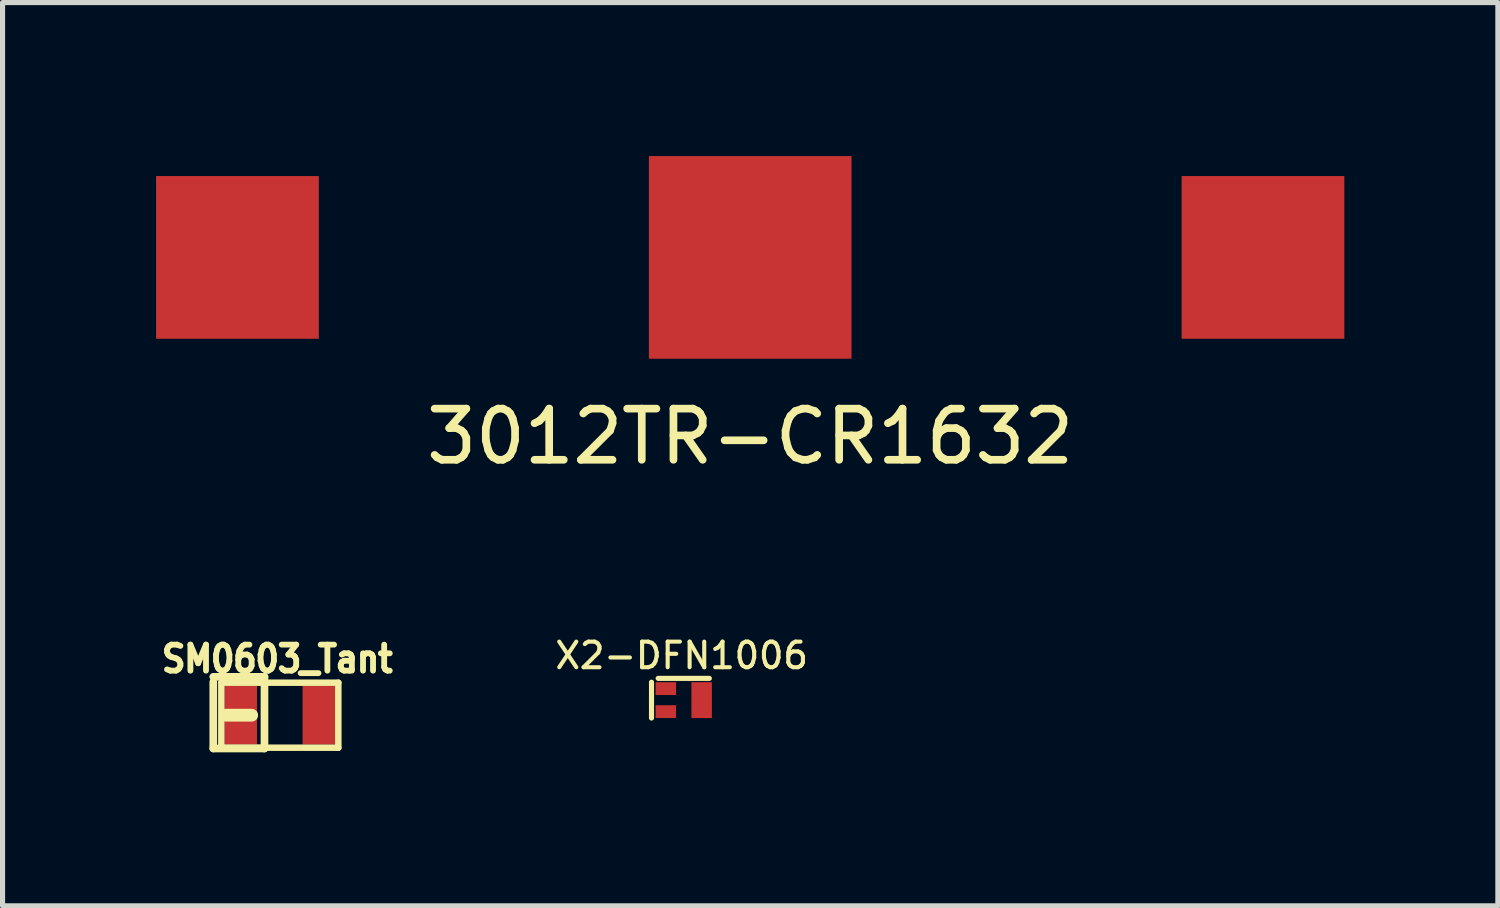
<source format=kicad_pcb>
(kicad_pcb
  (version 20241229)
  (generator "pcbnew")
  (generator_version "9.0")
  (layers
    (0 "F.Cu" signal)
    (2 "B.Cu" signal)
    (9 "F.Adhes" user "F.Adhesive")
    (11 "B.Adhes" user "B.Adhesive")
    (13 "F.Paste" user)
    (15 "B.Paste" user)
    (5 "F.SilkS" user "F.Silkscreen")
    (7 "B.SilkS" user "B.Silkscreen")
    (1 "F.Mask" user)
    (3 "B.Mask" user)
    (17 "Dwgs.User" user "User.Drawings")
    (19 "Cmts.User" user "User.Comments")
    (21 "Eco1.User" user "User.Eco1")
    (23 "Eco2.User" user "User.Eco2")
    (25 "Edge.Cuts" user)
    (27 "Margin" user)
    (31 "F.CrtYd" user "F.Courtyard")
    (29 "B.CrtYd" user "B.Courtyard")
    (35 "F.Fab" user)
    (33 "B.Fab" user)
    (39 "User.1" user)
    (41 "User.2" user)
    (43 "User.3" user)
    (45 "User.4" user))
  (footprint "SM0603_Tant"
    (layer "F.Cu")
    (at 2.418 10.926)
    (property "Reference" "SM0603_Tant" (at -0.05 -1.1 0) (layer "F.SilkS") (effects (font (size 0.508 0.457) (thickness 0.114))))
    (attr smd)
    (fp_line (start -1.3 -0.65) (end -1.3 0.65) (stroke (width 0.15) (type solid)) (layer "F.SilkS"))
    (fp_line (start -1.3 0.65) (end -0.3 0.65) (stroke (width 0.15) (type solid)) (layer "F.SilkS"))
    (fp_line (start -1.143 -0.635) (end 1.143 -0.635) (stroke (width 0.127) (type solid)) (layer "F.SilkS"))
    (fp_line (start -1.143 0.635) (end -1.143 -0.635) (stroke (width 0.127) (type solid)) (layer "F.SilkS"))
    (fp_line (start -1.05 0) (end -0.55 0) (stroke (width 0.25) (type solid)) (layer "F.SilkS"))
    (fp_line (start -0.3 -0.75) (end -1.3 -0.75) (stroke (width 0.15) (type solid)) (layer "F.SilkS"))
    (fp_line (start -0.3 0.65) (end -0.3 -0.75) (stroke (width 0.15) (type solid)) (layer "F.SilkS"))
    (fp_line (start 1.143 -0.635) (end 1.143 0.635) (stroke (width 0.127) (type solid)) (layer "F.SilkS"))
    (fp_line (start 1.143 0.635) (end -1.143 0.635) (stroke (width 0.127) (type solid)) (layer "F.SilkS"))
    (pad "1" smd rect (at -0.762 0) (size 0.635 1.143) (layers "F.Cu" "F.Mask" "F.Paste"))
    (pad "2" smd rect (at 0.762 0) (size 0.635 1.143) (layers "F.Cu" "F.Mask" "F.Paste")))
  (footprint "X2-DFN1006"
    (layer "F.Cu")
    (at 10.311 10.631)
    (property "Reference" "X2-DFN1006" (at -0.04 -0.87 0) (layer "F.SilkS") (effects (font (size 0.5 0.5) (thickness 0.08))))
    (attr through_hole)
    (fp_line (start -0.63 -0.35) (end -0.63 0.35) (stroke (width 0.1) (type solid)) (layer "F.SilkS"))
    (fp_line (start -0.5 -0.425) (end 0.5 -0.425) (stroke (width 0.1) (type solid)) (layer "F.SilkS"))
    (pad "1" smd rect (at -0.35 -0.225) (size 0.4 0.25) (layers "F.Cu" "F.Mask" "F.Paste"))
    (pad "2" smd rect (at 0.35 0) (size 0.4 0.7) (layers "F.Cu" "F.Mask" "F.Paste"))
    (pad "3" smd rect (at -0.35 0.225) (size 0.4 0.25) (layers "F.Cu" "F.Mask" "F.Paste")))
  (footprint "3012TR-CR1632"
    (layer "F.Cu")
    (at 11.61 1.98)
    (property "Reference" "3012TR-CR1632" (at 0 3.5 0) (layer "F.SilkS") (effects (font (size 1 1) (thickness 0.15))))
    (attr through_hole)
    (pad "1" smd rect (at -10.02 0) (size 3.18 3.18) (layers "F.Cu" "F.Mask" "F.Paste"))
    (pad "1" smd rect (at 10.02 0) (size 3.18 3.18) (layers "F.Cu" "F.Mask" "F.Paste"))
    (pad "2" smd rect (at 0 0) (size 3.96 3.96) (layers "F.Cu" "F.Mask" "F.Paste")))
  (gr_rect
    (start -3 -3)
    (end 26.22 14.651)
    (stroke (width 0.1) (type default))
    (fill no)
    (layer "Edge.Cuts")))
</source>
